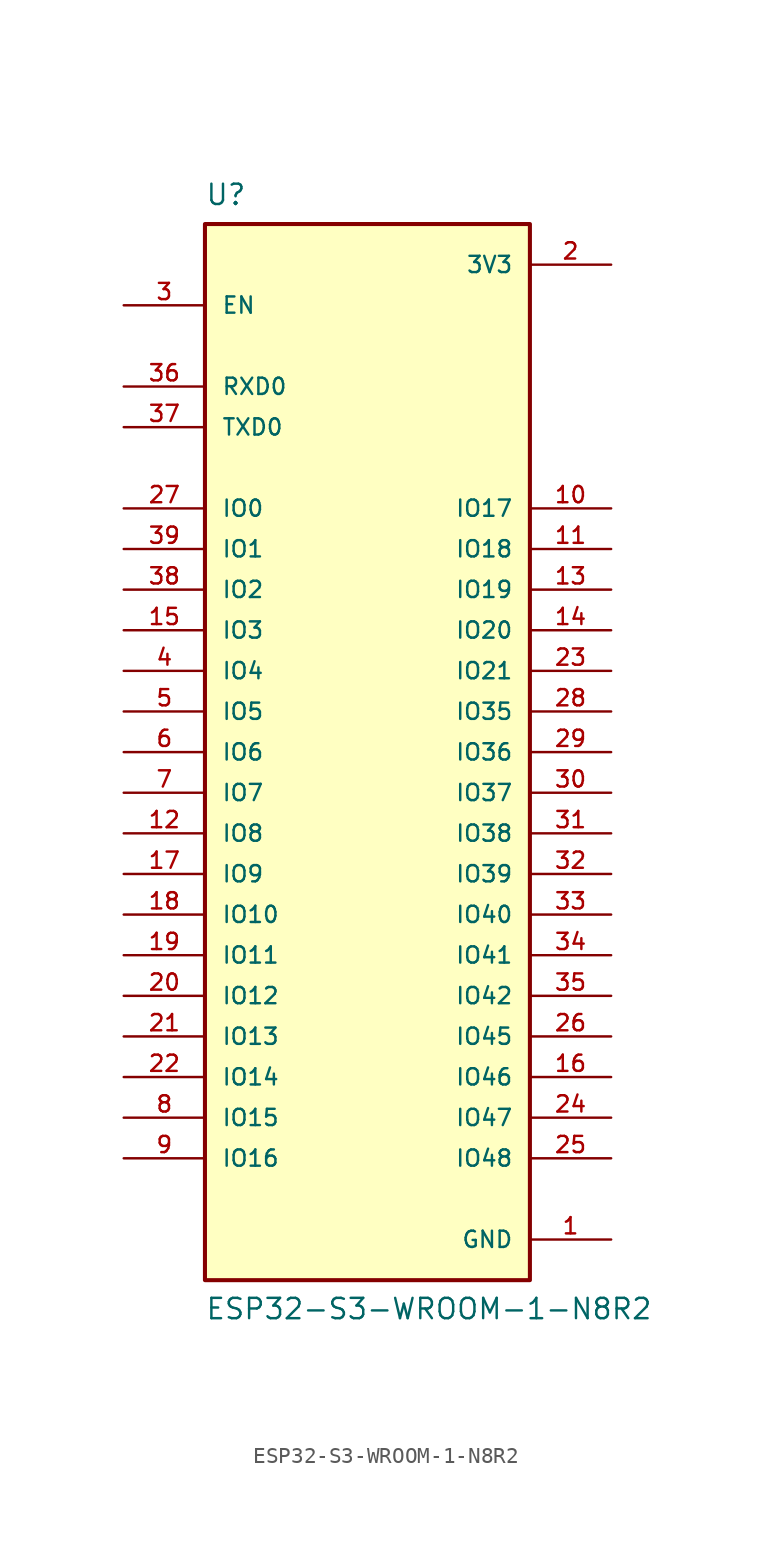
<source format=kicad_sym>
(kicad_symbol_lib
  (version 20220914)
  (generator kicad_symbol_editor)
  (symbol "ESP32-S3-WROOM-1-N8R2"
    (pin_names
      (offset 1.016))
    (property "Reference" "U"
      (at -10.16 34.112 0)
      (effects (font (size 1.27 1.27)) (justify left bottom)))
    (property "Value" "ESP32-S3-WROOM-1-N8R2"
      (at -10.16 -35.56 0)
      (effects (font (size 1.27 1.27)) (justify left bottom)))
    (symbol "ESP32-S3-WROOM-1-N8R2_0_0"
      (rectangle (start -10.16 -33.02) (end 10.16 33.02) (stroke (width 0.254) (type default)) (fill (type background)))
      (pin power_in line (at 15.24 -30.48 180) (length 5.08) (name "GND" (effects (font (size 1.016 1.016)))) (number "1" (effects (font (size 1.016 1.016)))))
      (pin bidirectional line (at 15.24 15.24 180) (length 5.08) (name "IO17" (effects (font (size 1.016 1.016)))) (number "10" (effects (font (size 1.016 1.016)))))
      (pin bidirectional line (at 15.24 12.7 180) (length 5.08) (name "IO18" (effects (font (size 1.016 1.016)))) (number "11" (effects (font (size 1.016 1.016)))))
      (pin bidirectional line (at -15.24 -5.08 0) (length 5.08) (name "IO8" (effects (font (size 1.016 1.016)))) (number "12" (effects (font (size 1.016 1.016)))))
      (pin bidirectional line (at 15.24 10.16 180) (length 5.08) (name "IO19" (effects (font (size 1.016 1.016)))) (number "13" (effects (font (size 1.016 1.016)))))
      (pin bidirectional line (at 15.24 7.62 180) (length 5.08) (name "IO20" (effects (font (size 1.016 1.016)))) (number "14" (effects (font (size 1.016 1.016)))))
      (pin bidirectional line (at -15.24 7.62 0) (length 5.08) (name "IO3" (effects (font (size 1.016 1.016)))) (number "15" (effects (font (size 1.016 1.016)))))
      (pin bidirectional line (at 15.24 -20.32 180) (length 5.08) (name "IO46" (effects (font (size 1.016 1.016)))) (number "16" (effects (font (size 1.016 1.016)))))
      (pin bidirectional line (at -15.24 -7.62 0) (length 5.08) (name "IO9" (effects (font (size 1.016 1.016)))) (number "17" (effects (font (size 1.016 1.016)))))
      (pin bidirectional line (at -15.24 -10.16 0) (length 5.08) (name "IO10" (effects (font (size 1.016 1.016)))) (number "18" (effects (font (size 1.016 1.016)))))
      (pin bidirectional line (at -15.24 -12.7 0) (length 5.08) (name "IO11" (effects (font (size 1.016 1.016)))) (number "19" (effects (font (size 1.016 1.016)))))
      (pin power_in line (at 15.24 30.48 180) (length 5.08) (name "3V3" (effects (font (size 1.016 1.016)))) (number "2" (effects (font (size 1.016 1.016)))))
      (pin bidirectional line (at -15.24 -15.24 0) (length 5.08) (name "IO12" (effects (font (size 1.016 1.016)))) (number "20" (effects (font (size 1.016 1.016)))))
      (pin bidirectional line (at -15.24 -17.78 0) (length 5.08) (name "IO13" (effects (font (size 1.016 1.016)))) (number "21" (effects (font (size 1.016 1.016)))))
      (pin bidirectional line (at -15.24 -20.32 0) (length 5.08) (name "IO14" (effects (font (size 1.016 1.016)))) (number "22" (effects (font (size 1.016 1.016)))))
      (pin bidirectional line (at 15.24 5.08 180) (length 5.08) (name "IO21" (effects (font (size 1.016 1.016)))) (number "23" (effects (font (size 1.016 1.016)))))
      (pin bidirectional line (at 15.24 -22.86 180) (length 5.08) (name "IO47" (effects (font (size 1.016 1.016)))) (number "24" (effects (font (size 1.016 1.016)))))
      (pin bidirectional line (at 15.24 -25.4 180) (length 5.08) (name "IO48" (effects (font (size 1.016 1.016)))) (number "25" (effects (font (size 1.016 1.016)))))
      (pin bidirectional line (at 15.24 -17.78 180) (length 5.08) (name "IO45" (effects (font (size 1.016 1.016)))) (number "26" (effects (font (size 1.016 1.016)))))
      (pin bidirectional line (at -15.24 15.24 0) (length 5.08) (name "IO0" (effects (font (size 1.016 1.016)))) (number "27" (effects (font (size 1.016 1.016)))))
      (pin bidirectional line (at 15.24 2.54 180) (length 5.08) (name "IO35" (effects (font (size 1.016 1.016)))) (number "28" (effects (font (size 1.016 1.016)))))
      (pin bidirectional line (at 15.24 0 180) (length 5.08) (name "IO36" (effects (font (size 1.016 1.016)))) (number "29" (effects (font (size 1.016 1.016)))))
      (pin input line (at -15.24 27.94 0) (length 5.08) (name "EN" (effects (font (size 1.016 1.016)))) (number "3" (effects (font (size 1.016 1.016)))))
      (pin bidirectional line (at 15.24 -2.54 180) (length 5.08) (name "IO37" (effects (font (size 1.016 1.016)))) (number "30" (effects (font (size 1.016 1.016)))))
      (pin bidirectional line (at 15.24 -5.08 180) (length 5.08) (name "IO38" (effects (font (size 1.016 1.016)))) (number "31" (effects (font (size 1.016 1.016)))))
      (pin bidirectional line (at 15.24 -7.62 180) (length 5.08) (name "IO39" (effects (font (size 1.016 1.016)))) (number "32" (effects (font (size 1.016 1.016)))))
      (pin bidirectional line (at 15.24 -10.16 180) (length 5.08) (name "IO40" (effects (font (size 1.016 1.016)))) (number "33" (effects (font (size 1.016 1.016)))))
      (pin bidirectional line (at 15.24 -12.7 180) (length 5.08) (name "IO41" (effects (font (size 1.016 1.016)))) (number "34" (effects (font (size 1.016 1.016)))))
      (pin bidirectional line (at 15.24 -15.24 180) (length 5.08) (name "IO42" (effects (font (size 1.016 1.016)))) (number "35" (effects (font (size 1.016 1.016)))))
      (pin bidirectional line (at -15.24 22.86 0) (length 5.08) (name "RXD0" (effects (font (size 1.016 1.016)))) (number "36" (effects (font (size 1.016 1.016)))))
      (pin bidirectional line (at -15.24 20.32 0) (length 5.08) (name "TXD0" (effects (font (size 1.016 1.016)))) (number "37" (effects (font (size 1.016 1.016)))))
      (pin bidirectional line (at -15.24 10.16 0) (length 5.08) (name "IO2" (effects (font (size 1.016 1.016)))) (number "38" (effects (font (size 1.016 1.016)))))
      (pin bidirectional line (at -15.24 12.7 0) (length 5.08) (name "IO1" (effects (font (size 1.016 1.016)))) (number "39" (effects (font (size 1.016 1.016)))))
      (pin bidirectional line (at -15.24 5.08 0) (length 5.08) (name "IO4" (effects (font (size 1.016 1.016)))) (number "4" (effects (font (size 1.016 1.016)))))
      (pin bidirectional line (at -15.24 2.54 0) (length 5.08) (name "IO5" (effects (font (size 1.016 1.016)))) (number "5" (effects (font (size 1.016 1.016)))))
      (pin bidirectional line (at -15.24 0 0) (length 5.08) (name "IO6" (effects (font (size 1.016 1.016)))) (number "6" (effects (font (size 1.016 1.016)))))
      (pin bidirectional line (at -15.24 -2.54 0) (length 5.08) (name "IO7" (effects (font (size 1.016 1.016)))) (number "7" (effects (font (size 1.016 1.016)))))
      (pin bidirectional line (at -15.24 -22.86 0) (length 5.08) (name "IO15" (effects (font (size 1.016 1.016)))) (number "8" (effects (font (size 1.016 1.016)))))
      (pin bidirectional line (at -15.24 -25.4 0) (length 5.08) (name "IO16" (effects (font (size 1.016 1.016)))) (number "9" (effects (font (size 1.016 1.016))))))
    (symbol "ESP32-S3-WROOM-1-N8R2_1_0"
      (pin power_in line (at 15.24 -30.48 180) (length 5.08) hide (name "GND" (effects (font (size 1.016 1.016)))) (number "40" (effects (font (size 1.016 1.016)))))
      (pin power_in line (at 15.24 -30.48 180) (length 5.08) hide (name "GND" (effects (font (size 1.016 1.016)))) (number "41_1" (effects (font (size 1.016 1.016)))))
      (pin power_in line (at 15.24 -30.48 180) (length 5.08) hide (name "GND" (effects (font (size 1.016 1.016)))) (number "41_2" (effects (font (size 1.016 1.016)))))
      (pin power_in line (at 15.24 -30.48 180) (length 5.08) hide (name "GND" (effects (font (size 1.016 1.016)))) (number "41_3" (effects (font (size 1.016 1.016)))))
      (pin power_in line (at 15.24 -30.48 180) (length 5.08) hide (name "GND" (effects (font (size 1.016 1.016)))) (number "41_4" (effects (font (size 1.016 1.016)))))
      (pin power_in line (at 15.24 -30.48 180) (length 5.08) hide (name "GND" (effects (font (size 1.016 1.016)))) (number "41_5" (effects (font (size 1.016 1.016)))))
      (pin power_in line (at 15.24 -30.48 180) (length 5.08) hide (name "GND" (effects (font (size 1.016 1.016)))) (number "41_6" (effects (font (size 1.016 1.016)))))
      (pin power_in line (at 15.24 -30.48 180) (length 5.08) hide (name "GND" (effects (font (size 1.016 1.016)))) (number "41_7" (effects (font (size 1.016 1.016)))))
      (pin power_in line (at 15.24 -30.48 180) (length 5.08) hide (name "GND" (effects (font (size 1.016 1.016)))) (number "41_8" (effects (font (size 1.016 1.016)))))
      (pin power_in line (at 15.24 -30.48 180) (length 5.08) hide (name "GND" (effects (font (size 1.016 1.016)))) (number "41_9" (effects (font (size 1.016 1.016))))))))
</source>
